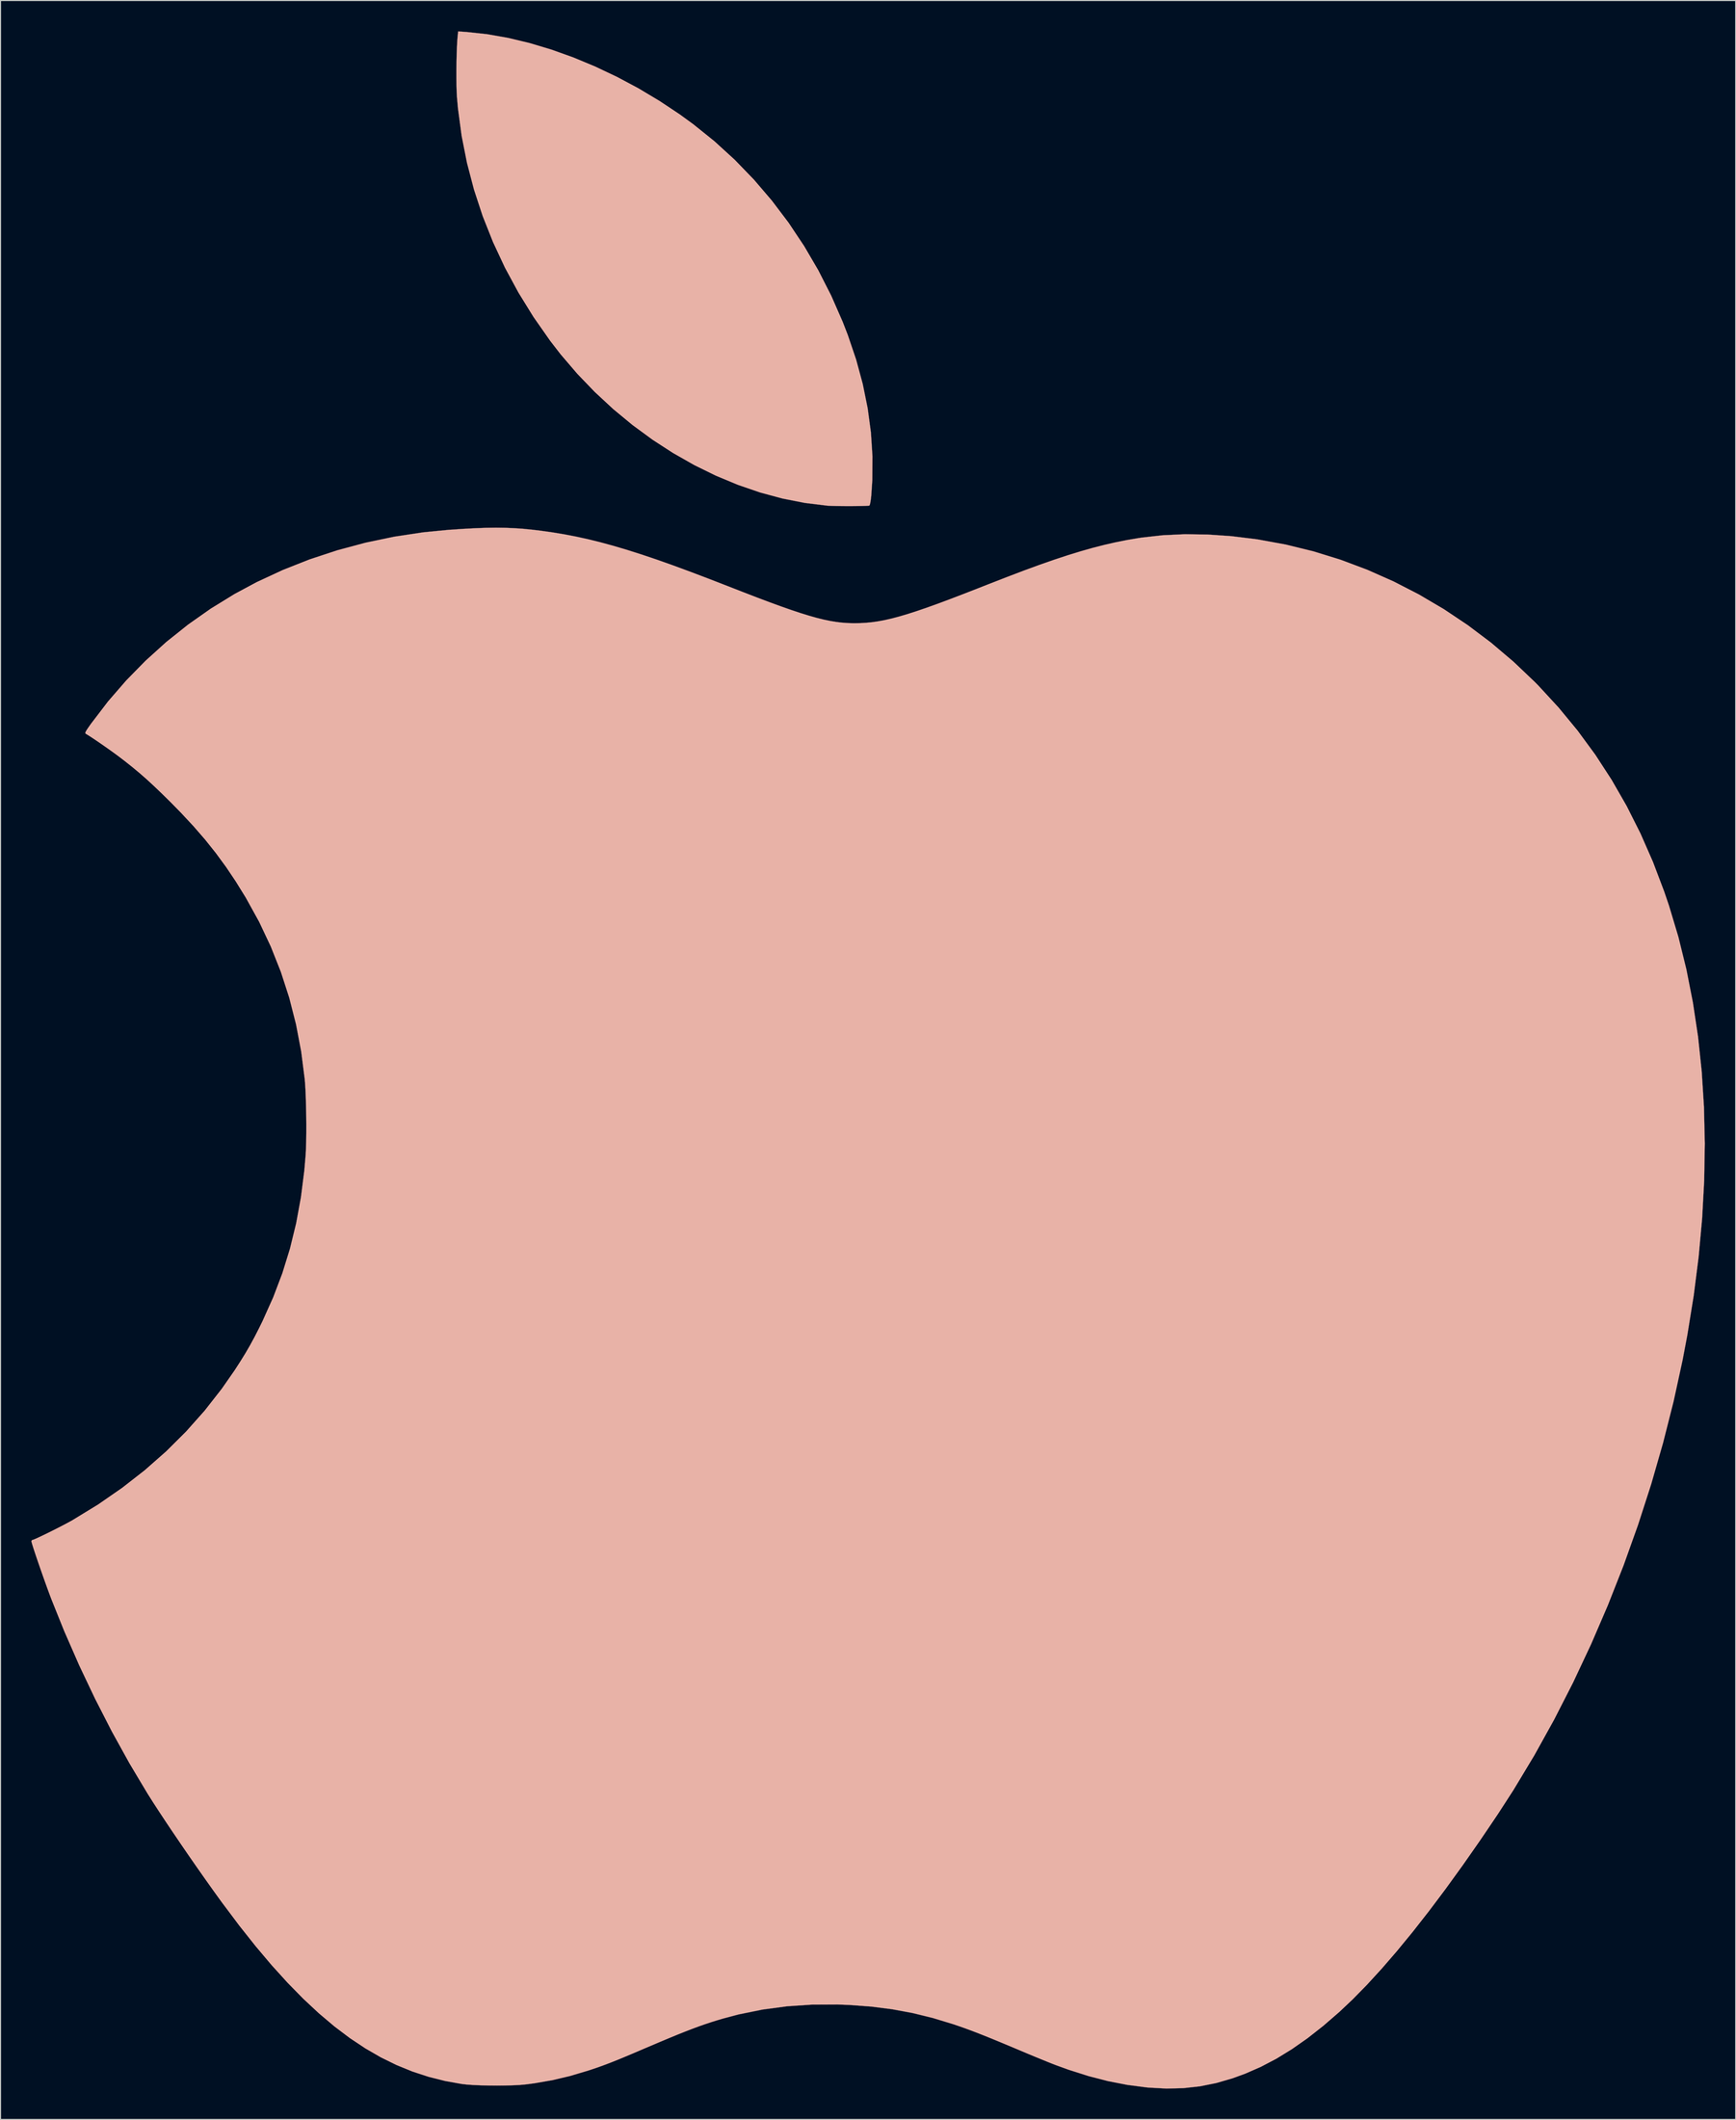
<source format=kicad_pcb>
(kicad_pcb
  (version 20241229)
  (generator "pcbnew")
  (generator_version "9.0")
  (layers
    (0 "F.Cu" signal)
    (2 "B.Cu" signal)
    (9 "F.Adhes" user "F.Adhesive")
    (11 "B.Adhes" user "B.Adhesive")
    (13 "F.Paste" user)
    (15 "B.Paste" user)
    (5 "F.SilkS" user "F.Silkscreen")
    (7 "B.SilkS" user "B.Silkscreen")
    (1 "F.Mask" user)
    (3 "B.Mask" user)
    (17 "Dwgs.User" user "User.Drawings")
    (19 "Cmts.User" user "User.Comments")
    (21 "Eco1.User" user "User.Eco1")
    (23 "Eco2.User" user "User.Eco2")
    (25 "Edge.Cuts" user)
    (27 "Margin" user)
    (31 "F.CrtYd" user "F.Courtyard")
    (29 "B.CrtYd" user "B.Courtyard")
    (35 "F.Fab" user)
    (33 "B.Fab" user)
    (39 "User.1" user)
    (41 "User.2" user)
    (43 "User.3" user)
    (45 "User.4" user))
  (footprint "apple_20x20_B"
    (layer "F.Cu")
    (at 81.37 100.018)
    (property "Reference" "apple_20x20_B" (at 0 0 0) (layer "B.SilkS") (effects (font (size 1.524 1.524) (thickness 0.3))))
    (attr through_hole)
    (fp_poly (pts (xy -39.041 -99.956) (xy -37.051 -99.743) (xy -35.003 -99.384) (xy -32.911 -98.884) (xy -30.791 -98.249) (xy -28.657 -97.484) (xy -26.523 -96.597) (xy -24.405 -95.593) (xy -22.317 -94.478) (xy -20.274 -93.258) (xy -18.291 -91.939) (xy -17.002 -91.002) (xy -14.927 -89.334) (xy -12.957 -87.536) (xy -11.095 -85.612) (xy -9.347 -83.57) (xy -7.716 -81.415) (xy -6.207 -79.152) (xy -4.824 -76.789) (xy -3.572 -74.33) (xy -2.454 -71.782) (xy -1.956 -70.5) (xy -1.148 -68.115) (xy -0.503 -65.738) (xy -0.023 -63.374) (xy 0.293 -61.027) (xy 0.444 -58.699) (xy 0.429 -56.396) (xy 0.33 -54.909) (xy 0.284 -54.496) (xy 0.231 -54.173) (xy 0.177 -53.969) (xy 0.144 -53.915) (xy 0.037 -53.899) (xy -0.211 -53.886) (xy -0.57 -53.876) (xy -1.013 -53.869) (xy -1.509 -53.865) (xy -2.03 -53.864) (xy -2.548 -53.867) (xy -3.033 -53.873) (xy -3.456 -53.882) (xy -3.79 -53.895) (xy -3.937 -53.905) (xy -6.122 -54.172) (xy -8.308 -54.602) (xy -10.487 -55.191) (xy -12.649 -55.933) (xy -14.786 -56.823) (xy -16.888 -57.854) (xy -18.946 -59.023) (xy -20.952 -60.323) (xy -22.896 -61.75) (xy -24.77 -63.297) (xy -26.564 -64.96) (xy -28.27 -66.733) (xy -29.878 -68.611) (xy -30.903 -69.935) (xy -32.52 -72.245) (xy -33.988 -74.618) (xy -35.303 -77.049) (xy -36.464 -79.531) (xy -37.468 -82.06) (xy -38.313 -84.629) (xy -38.997 -87.233) (xy -39.517 -89.865) (xy -39.872 -92.52) (xy -39.972 -93.641) (xy -39.998 -94.138) (xy -40.016 -94.759) (xy -40.024 -95.468) (xy -40.024 -96.229) (xy -40.015 -97.004) (xy -39.999 -97.758) (xy -39.975 -98.452) (xy -39.944 -99.051) (xy -39.907 -99.515) (xy -39.855 -100.013) (xy -39.041 -99.956)) (stroke (width 0.01) (type solid)) (fill yes) (layer "B.SilkS"))
    (fp_poly (pts (xy -35.256 -51.754) (xy -34.363 -51.716) (xy -33.477 -51.652) (xy -32.573 -51.561) (xy -31.877 -51.477) (xy -30.714 -51.314) (xy -29.558 -51.123) (xy -28.397 -50.9) (xy -27.216 -50.641) (xy -26.003 -50.342) (xy -24.744 -49.999) (xy -23.426 -49.609) (xy -22.035 -49.166) (xy -20.559 -48.669) (xy -18.983 -48.111) (xy -17.295 -47.49) (xy -15.481 -46.802) (xy -13.639 -46.086) (xy -12.135 -45.499) (xy -10.776 -44.976) (xy -9.549 -44.515) (xy -8.442 -44.11) (xy -7.445 -43.76) (xy -6.544 -43.46) (xy -5.73 -43.208) (xy -4.99 -42.999) (xy -4.312 -42.831) (xy -3.686 -42.7) (xy -3.098 -42.603) (xy -2.539 -42.536) (xy -1.997 -42.496) (xy -1.459 -42.48) (xy -1.27 -42.479) (xy -0.7 -42.49) (xy -0.134 -42.523) (xy 0.442 -42.581) (xy 1.037 -42.668) (xy 1.664 -42.786) (xy 2.334 -42.94) (xy 3.059 -43.132) (xy 3.85 -43.366) (xy 4.719 -43.645) (xy 5.677 -43.973) (xy 6.736 -44.353) (xy 7.908 -44.789) (xy 9.203 -45.283) (xy 10.634 -45.839) (xy 11.726 -46.269) (xy 13.514 -46.966) (xy 15.164 -47.593) (xy 16.693 -48.152) (xy 18.114 -48.648) (xy 19.442 -49.087) (xy 20.692 -49.472) (xy 21.878 -49.808) (xy 23.015 -50.098) (xy 24.117 -50.349) (xy 25.2 -50.564) (xy 26.278 -50.747) (xy 26.628 -50.8) (xy 28.675 -51.03) (xy 30.82 -51.13) (xy 33.054 -51.099) (xy 35.368 -50.939) (xy 37.751 -50.648) (xy 37.931 -50.621) (xy 40.649 -50.126) (xy 43.335 -49.467) (xy 45.981 -48.648) (xy 48.579 -47.673) (xy 51.124 -46.545) (xy 53.606 -45.269) (xy 56.02 -43.848) (xy 58.358 -42.286) (xy 60.613 -40.587) (xy 62.777 -38.754) (xy 64.844 -36.791) (xy 65.205 -36.425) (xy 67.188 -34.274) (xy 69.037 -32.031) (xy 70.755 -29.691) (xy 72.344 -27.249) (xy 73.806 -24.702) (xy 75.144 -22.045) (xy 76.36 -19.275) (xy 77.457 -16.387) (xy 77.919 -15.028) (xy 78.834 -11.979) (xy 79.61 -8.836) (xy 80.247 -5.605) (xy 80.745 -2.291) (xy 81.104 1.104) (xy 81.323 4.573) (xy 81.403 8.114) (xy 81.343 11.72) (xy 81.144 15.389) (xy 80.804 19.116) (xy 80.325 22.895) (xy 79.705 26.724) (xy 79.244 29.156) (xy 78.364 33.187) (xy 77.344 37.212) (xy 76.19 41.219) (xy 74.907 45.193) (xy 73.501 49.121) (xy 71.977 52.99) (xy 70.34 56.787) (xy 68.596 60.498) (xy 66.75 64.111) (xy 64.808 67.611) (xy 62.775 70.985) (xy 61.291 73.279) (xy 59.548 75.856) (xy 57.843 78.294) (xy 56.179 80.593) (xy 54.558 82.749) (xy 52.981 84.76) (xy 51.45 86.624) (xy 49.968 88.337) (xy 48.537 89.898) (xy 47.157 91.305) (xy 45.872 92.518) (xy 44.297 93.881) (xy 42.757 95.09) (xy 41.24 96.152) (xy 39.733 97.076) (xy 38.223 97.868) (xy 36.698 98.536) (xy 35.475 98.982) (xy 33.884 99.444) (xy 32.298 99.762) (xy 30.691 99.94) (xy 29.035 99.98) (xy 27.304 99.886) (xy 27.051 99.861) (xy 25.209 99.619) (xy 23.358 99.258) (xy 21.475 98.773) (xy 19.535 98.157) (xy 18.29 97.706) (xy 17.933 97.567) (xy 17.451 97.375) (xy 16.877 97.141) (xy 16.241 96.88) (xy 15.575 96.604) (xy 14.91 96.325) (xy 14.814 96.284) (xy 13.733 95.829) (xy 12.786 95.435) (xy 11.955 95.093) (xy 11.22 94.797) (xy 10.56 94.537) (xy 9.956 94.308) (xy 9.388 94.1) (xy 8.837 93.907) (xy 8.294 93.723) (xy 6.311 93.121) (xy 4.346 92.638) (xy 2.363 92.27) (xy 0.328 92.01) (xy -1.795 91.852) (xy -2.921 91.809) (xy -5.423 91.818) (xy -7.869 91.982) (xy -10.254 92.301) (xy -12.575 92.773) (xy -14.055 93.165) (xy -14.671 93.348) (xy -15.265 93.533) (xy -15.856 93.729) (xy -16.462 93.942) (xy -17.103 94.179) (xy -17.798 94.448) (xy -18.567 94.756) (xy -19.428 95.111) (xy -20.401 95.52) (xy -21.505 95.99) (xy -21.757 96.097) (xy -22.698 96.499) (xy -23.508 96.84) (xy -24.212 97.131) (xy -24.834 97.381) (xy -25.396 97.599) (xy -25.924 97.795) (xy -26.441 97.978) (xy -26.972 98.157) (xy -27.22 98.238) (xy -28.968 98.758) (xy -30.677 99.162) (xy -32.417 99.464) (xy -33.316 99.581) (xy -33.86 99.629) (xy -34.524 99.663) (xy -35.274 99.683) (xy -36.071 99.69) (xy -36.881 99.684) (xy -37.667 99.666) (xy -38.391 99.634) (xy -39.018 99.59) (xy -39.497 99.537) (xy -41.131 99.243) (xy -42.73 98.841) (xy -44.3 98.327) (xy -45.846 97.696) (xy -47.374 96.946) (xy -48.888 96.072) (xy -50.393 95.07) (xy -51.896 93.936) (xy -53.401 92.665) (xy -54.914 91.255) (xy -56.44 89.7) (xy -57.984 87.998) (xy -59.551 86.143) (xy -61.147 84.132) (xy -62.777 81.961) (xy -62.965 81.703) (xy -63.694 80.695) (xy -64.457 79.622) (xy -65.241 78.506) (xy -66.03 77.371) (xy -66.809 76.237) (xy -67.563 75.126) (xy -68.277 74.062) (xy -68.937 73.065) (xy -69.527 72.157) (xy -70.032 71.361) (xy -70.077 71.289) (xy -71.834 68.35) (xy -73.535 65.275) (xy -75.167 62.093) (xy -76.716 58.832) (xy -78.166 55.521) (xy -79.424 52.398) (xy -79.601 51.93) (xy -79.801 51.388) (xy -80.015 50.796) (xy -80.236 50.174) (xy -80.457 49.544) (xy -80.67 48.929) (xy -80.868 48.35) (xy -81.042 47.829) (xy -81.187 47.387) (xy -81.293 47.047) (xy -81.353 46.831) (xy -81.365 46.767) (xy -81.31 46.662) (xy -81.27 46.651) (xy -81.152 46.614) (xy -80.909 46.51) (xy -80.566 46.352) (xy -80.146 46.152) (xy -79.675 45.922) (xy -79.178 45.674) (xy -78.679 45.421) (xy -78.202 45.174) (xy -77.773 44.947) (xy -77.416 44.751) (xy -77.342 44.708) (xy -74.877 43.2) (xy -72.542 41.585) (xy -70.337 39.866) (xy -68.265 38.042) (xy -66.326 36.115) (xy -64.52 34.085) (xy -62.85 31.954) (xy -61.588 30.141) (xy -61.031 29.28) (xy -60.541 28.486) (xy -60.092 27.711) (xy -59.656 26.908) (xy -59.206 26.027) (xy -58.878 25.36) (xy -57.844 23.059) (xy -56.956 20.718) (xy -56.213 18.323) (xy -55.611 15.864) (xy -55.146 13.327) (xy -54.815 10.7) (xy -54.688 9.186) (xy -54.658 8.6) (xy -54.638 7.882) (xy -54.628 7.068) (xy -54.627 6.194) (xy -54.636 5.293) (xy -54.654 4.403) (xy -54.679 3.558) (xy -54.713 2.793) (xy -54.754 2.143) (xy -54.778 1.863) (xy -55.121 -0.839) (xy -55.623 -3.481) (xy -56.283 -6.063) (xy -57.101 -8.584) (xy -58.077 -11.045) (xy -59.211 -13.446) (xy -60.503 -15.785) (xy -60.557 -15.875) (xy -61.487 -17.376) (xy -62.433 -18.784) (xy -63.418 -20.129) (xy -64.466 -21.441) (xy -65.601 -22.749) (xy -66.845 -24.083) (xy -67.81 -25.065) (xy -68.663 -25.906) (xy -69.435 -26.644) (xy -70.154 -27.306) (xy -70.85 -27.915) (xy -71.552 -28.499) (xy -72.288 -29.083) (xy -72.859 -29.519) (xy -73.236 -29.798) (xy -73.676 -30.114) (xy -74.15 -30.449) (xy -74.63 -30.783) (xy -75.088 -31.096) (xy -75.496 -31.369) (xy -75.825 -31.582) (xy -76.048 -31.717) (xy -76.057 -31.722) (xy -76.11 -31.768) (xy -76.117 -31.842) (xy -76.065 -31.967) (xy -75.943 -32.166) (xy -75.739 -32.462) (xy -75.547 -32.732) (xy -73.91 -34.873) (xy -72.143 -36.912) (xy -70.252 -38.84) (xy -68.247 -40.65) (xy -66.135 -42.336) (xy -63.925 -43.891) (xy -61.624 -45.307) (xy -59.447 -46.476) (xy -56.914 -47.651) (xy -54.298 -48.684) (xy -51.61 -49.57) (xy -48.864 -50.306) (xy -46.072 -50.889) (xy -43.246 -51.316) (xy -40.767 -51.558) (xy -39.436 -51.647) (xy -38.246 -51.712) (xy -37.171 -51.752) (xy -36.183 -51.765) (xy -35.256 -51.754)) (stroke (width 0.01) (type solid)) (fill yes) (layer "B.SilkS")))
  (gr_rect
    (start -3 -3)
    (end 165.778 203.003)
    (stroke (width 0.1) (type default))
    (fill no)
    (layer "Edge.Cuts")))
</source>
